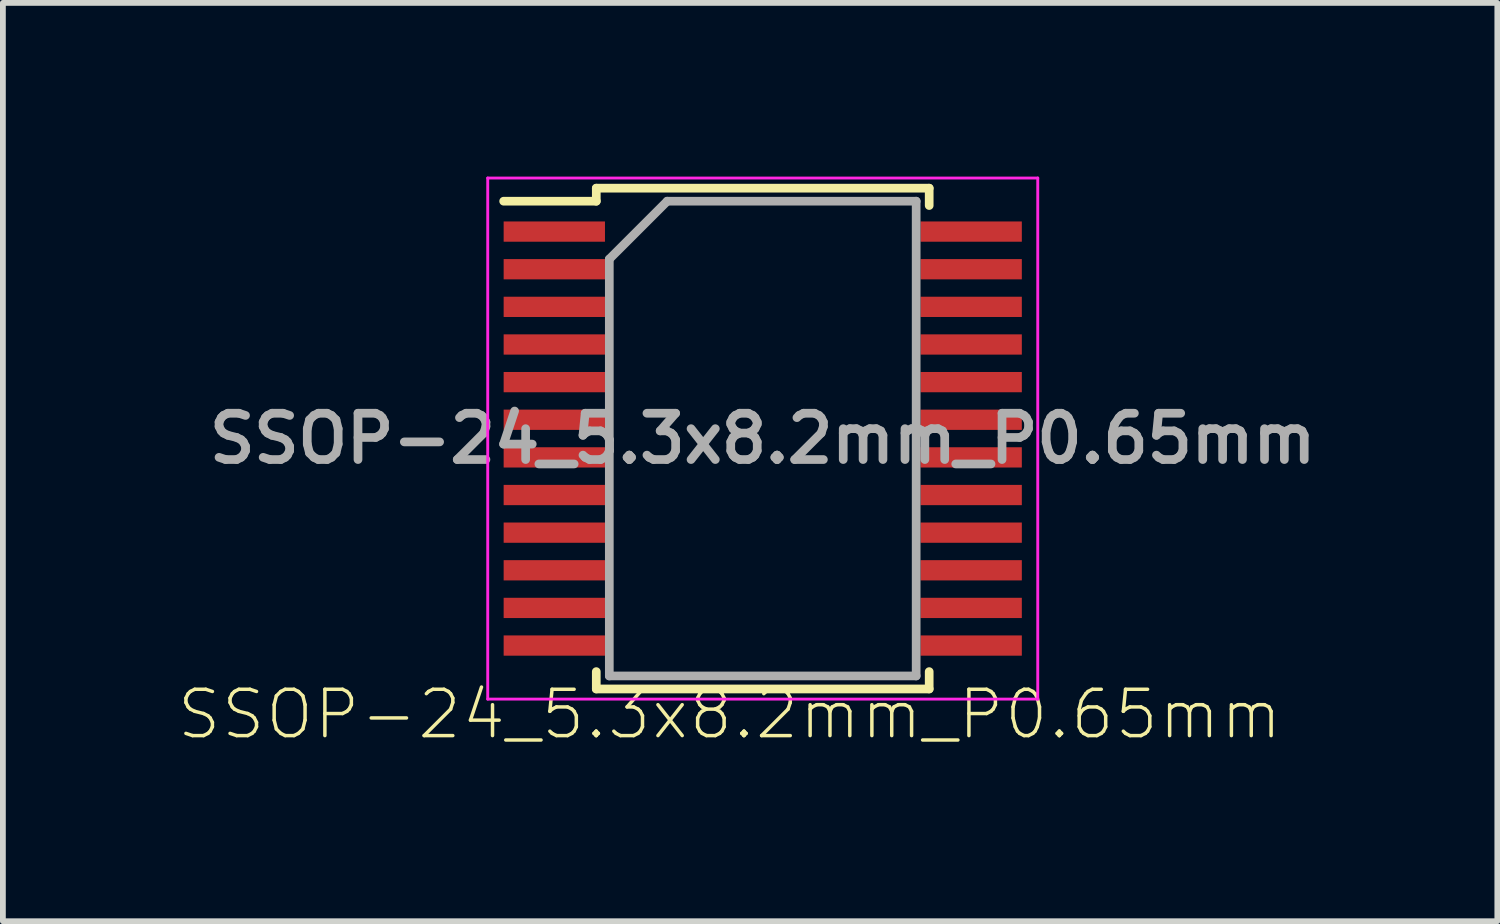
<source format=kicad_pcb>
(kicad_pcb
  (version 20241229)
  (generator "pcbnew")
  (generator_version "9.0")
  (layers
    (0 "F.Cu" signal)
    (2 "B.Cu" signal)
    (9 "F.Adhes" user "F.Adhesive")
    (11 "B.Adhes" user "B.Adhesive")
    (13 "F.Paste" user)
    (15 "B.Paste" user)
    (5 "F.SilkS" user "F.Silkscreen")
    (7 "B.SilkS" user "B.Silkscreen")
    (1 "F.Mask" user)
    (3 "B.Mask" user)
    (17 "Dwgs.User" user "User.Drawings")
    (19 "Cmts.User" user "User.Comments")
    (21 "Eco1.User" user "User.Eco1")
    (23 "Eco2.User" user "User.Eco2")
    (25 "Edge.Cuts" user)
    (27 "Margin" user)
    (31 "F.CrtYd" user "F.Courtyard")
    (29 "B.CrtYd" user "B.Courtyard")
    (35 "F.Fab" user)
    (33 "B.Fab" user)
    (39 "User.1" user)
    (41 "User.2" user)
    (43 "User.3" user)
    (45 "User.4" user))
  (footprint "SSOP-24_5.3x8.2mm_P0.65mm"
    (layer "F.Cu")
    (at 10.124 4.525)
    (property "Reference" "SSOP-24_5.3x8.2mm_P0.65mm" (at -0.572 4.763 0) (layer "F.SilkS") (effects (font (size 0.8 0.8) (thickness 0.06))))
    (attr smd)
    (fp_line (start -2.875 -4.325) (end -2.875 -4.1) (stroke (width 0.15) (type solid)) (layer "F.SilkS"))
    (fp_line (start -2.875 -4.325) (end 2.875 -4.325) (stroke (width 0.15) (type solid)) (layer "F.SilkS"))
    (fp_line (start -2.875 -4.1) (end -4.475 -4.1) (stroke (width 0.15) (type solid)) (layer "F.SilkS"))
    (fp_line (start -2.875 4.325) (end -2.875 4.025) (stroke (width 0.15) (type solid)) (layer "F.SilkS"))
    (fp_line (start -2.875 4.325) (end 2.875 4.325) (stroke (width 0.15) (type solid)) (layer "F.SilkS"))
    (fp_line (start 2.875 -4.325) (end 2.875 -4.025) (stroke (width 0.15) (type solid)) (layer "F.SilkS"))
    (fp_line (start 2.875 4.325) (end 2.875 4.025) (stroke (width 0.15) (type solid)) (layer "F.SilkS"))
    (fp_line (start -4.75 -4.5) (end -4.75 4.5) (stroke (width 0.05) (type solid)) (layer "F.CrtYd"))
    (fp_line (start -4.75 -4.5) (end 4.75 -4.5) (stroke (width 0.05) (type solid)) (layer "F.CrtYd"))
    (fp_line (start -4.75 4.5) (end 4.75 4.5) (stroke (width 0.05) (type solid)) (layer "F.CrtYd"))
    (fp_line (start 4.75 -4.5) (end 4.75 4.5) (stroke (width 0.05) (type solid)) (layer "F.CrtYd"))
    (fp_line (start -2.65 -3.1) (end -1.65 -4.1) (stroke (width 0.15) (type solid)) (layer "F.Fab"))
    (fp_line (start -2.65 4.1) (end -2.65 -3.1) (stroke (width 0.15) (type solid)) (layer "F.Fab"))
    (fp_line (start -1.65 -4.1) (end 2.65 -4.1) (stroke (width 0.15) (type solid)) (layer "F.Fab"))
    (fp_line (start 2.65 -4.1) (end 2.65 4.1) (stroke (width 0.15) (type solid)) (layer "F.Fab"))
    (fp_line (start 2.65 4.1) (end -2.65 4.1) (stroke (width 0.15) (type solid)) (layer "F.Fab"))
    (fp_text user "${REFERENCE}" (at 0 0 0) (layer "F.Fab") (effects (font (size 0.8 0.8) (thickness 0.15))))
    (pad "1" smd rect (at -3.6 -3.575) (size 1.75 0.35) (layers "F.Cu" "F.Mask" "F.Paste"))
    (pad "2" smd rect (at -3.6 -2.925) (size 1.75 0.35) (layers "F.Cu" "F.Mask" "F.Paste"))
    (pad "3" smd rect (at -3.6 -2.275) (size 1.75 0.35) (layers "F.Cu" "F.Mask" "F.Paste"))
    (pad "4" smd rect (at -3.6 -1.625) (size 1.75 0.35) (layers "F.Cu" "F.Mask" "F.Paste"))
    (pad "5" smd rect (at -3.6 -0.975) (size 1.75 0.35) (layers "F.Cu" "F.Mask" "F.Paste"))
    (pad "6" smd rect (at -3.6 -0.325) (size 1.75 0.35) (layers "F.Cu" "F.Mask" "F.Paste"))
    (pad "7" smd rect (at -3.6 0.325) (size 1.75 0.35) (layers "F.Cu" "F.Mask" "F.Paste"))
    (pad "8" smd rect (at -3.6 0.975) (size 1.75 0.35) (layers "F.Cu" "F.Mask" "F.Paste"))
    (pad "9" smd rect (at -3.6 1.625) (size 1.75 0.35) (layers "F.Cu" "F.Mask" "F.Paste"))
    (pad "10" smd rect (at -3.6 2.275) (size 1.75 0.35) (layers "F.Cu" "F.Mask" "F.Paste"))
    (pad "11" smd rect (at -3.6 2.925) (size 1.75 0.35) (layers "F.Cu" "F.Mask" "F.Paste"))
    (pad "12" smd rect (at -3.6 3.575) (size 1.75 0.35) (layers "F.Cu" "F.Mask" "F.Paste"))
    (pad "13" smd rect (at 3.6 3.575) (size 1.75 0.35) (layers "F.Cu" "F.Mask" "F.Paste"))
    (pad "14" smd rect (at 3.6 2.925) (size 1.75 0.35) (layers "F.Cu" "F.Mask" "F.Paste"))
    (pad "15" smd rect (at 3.6 2.275) (size 1.75 0.35) (layers "F.Cu" "F.Mask" "F.Paste"))
    (pad "16" smd rect (at 3.6 1.625) (size 1.75 0.35) (layers "F.Cu" "F.Mask" "F.Paste"))
    (pad "17" smd rect (at 3.6 0.975) (size 1.75 0.35) (layers "F.Cu" "F.Mask" "F.Paste"))
    (pad "18" smd rect (at 3.6 0.325) (size 1.75 0.35) (layers "F.Cu" "F.Mask" "F.Paste"))
    (pad "19" smd rect (at 3.6 -0.325) (size 1.75 0.35) (layers "F.Cu" "F.Mask" "F.Paste"))
    (pad "20" smd rect (at 3.6 -0.975) (size 1.75 0.35) (layers "F.Cu" "F.Mask" "F.Paste"))
    (pad "21" smd rect (at 3.6 -1.625) (size 1.75 0.35) (layers "F.Cu" "F.Mask" "F.Paste"))
    (pad "22" smd rect (at 3.6 -2.275) (size 1.75 0.35) (layers "F.Cu" "F.Mask" "F.Paste"))
    (pad "23" smd rect (at 3.6 -2.925) (size 1.75 0.35) (layers "F.Cu" "F.Mask" "F.Paste"))
    (pad "24" smd rect (at 3.6 -3.575) (size 1.75 0.35) (layers "F.Cu" "F.Mask" "F.Paste")))
  (gr_rect
    (start -3 -3)
    (end 22.812 12.861)
    (stroke (width 0.1) (type default))
    (fill no)
    (layer "Edge.Cuts")))
</source>
